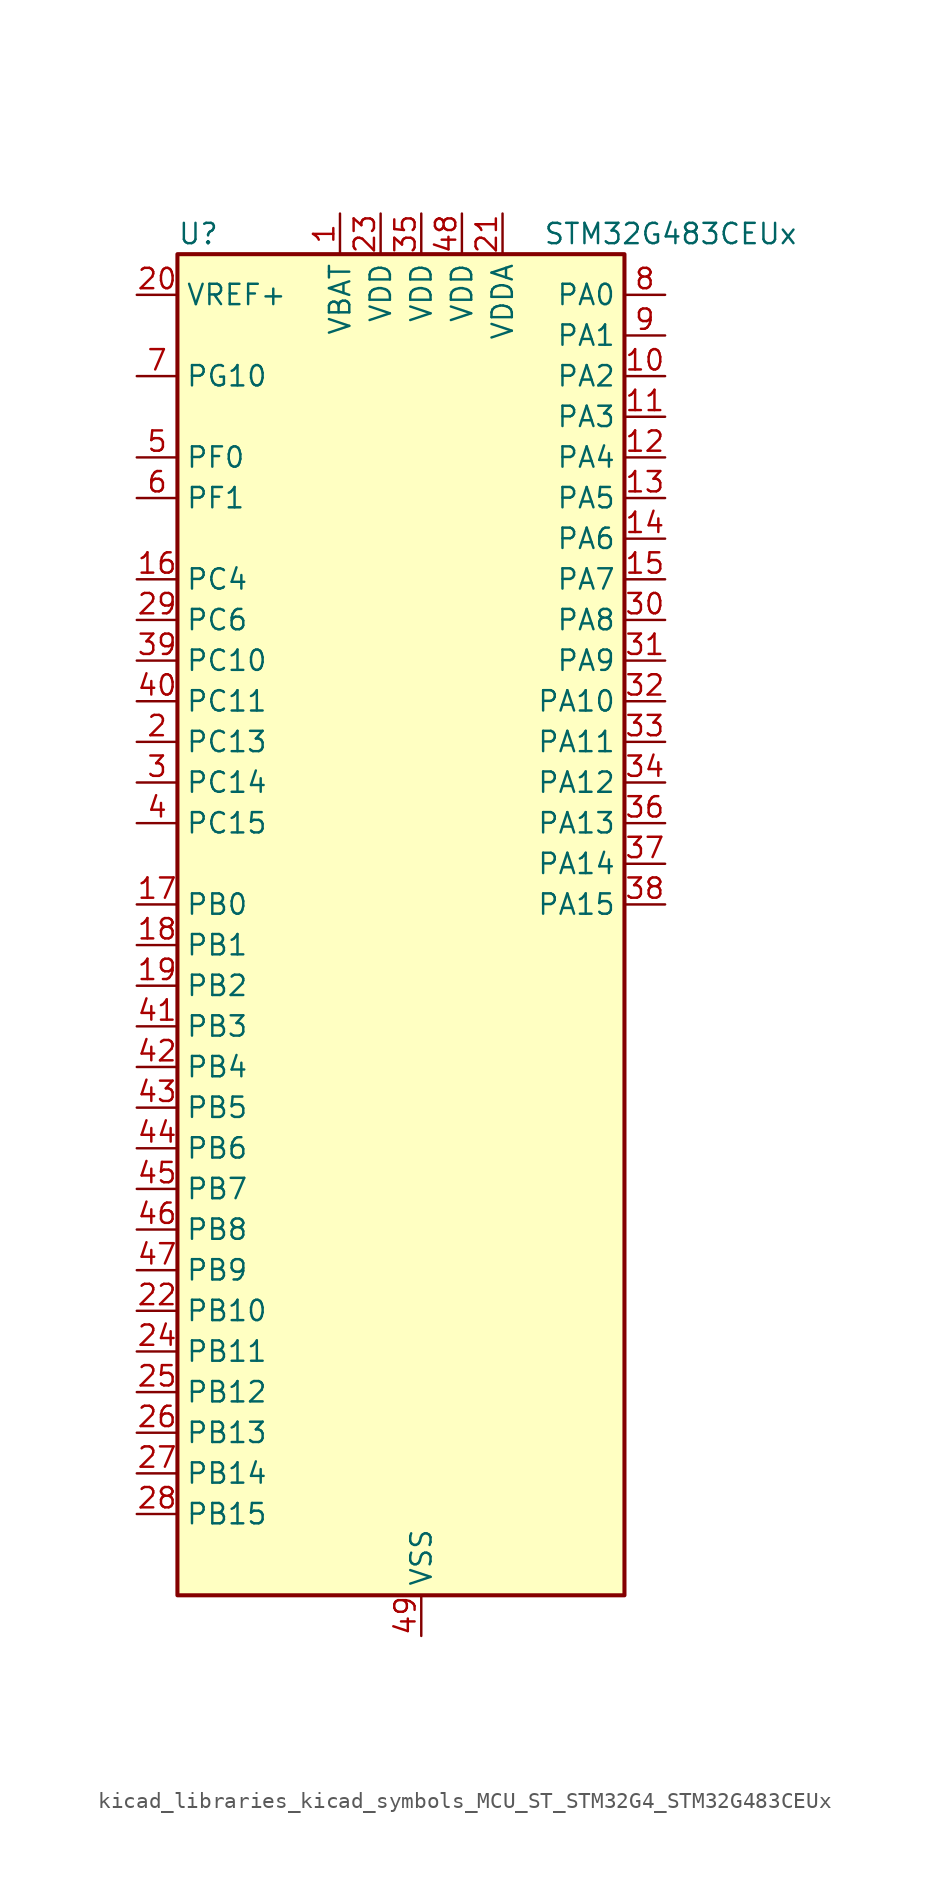
<source format=kicad_sym>
(kicad_symbol_lib
  (version 20220914)
  (generator kicad_symbol_editor)
  (symbol "kicad_libraries_kicad_symbols_MCU_ST_STM32G4_STM32G483CEUx"
    (property "Reference" "U"
      (at -12.7 44.45 0)
      (effects (font (size 1.27 1.27)) (justify left)))
    (property "Value" "STM32G483CEUx"
      (at 10.16 44.45 0)
      (effects (font (size 1.27 1.27)) (justify left)))
    (property "ki_locked" ""
      (at 0 0 0)
      (effects (font (size 1.27 1.27))))
    (symbol "kicad_libraries_kicad_symbols_MCU_ST_STM32G4_STM32G483CEUx_0_1"
      (rectangle (start -12.7 -40.64) (end 15.24 43.18) (stroke (width 0.254) (type default)) (fill (type background))))
    (symbol "kicad_libraries_kicad_symbols_MCU_ST_STM32G4_STM32G483CEUx_1_1"
      (pin power_in line (at -2.54 45.72 270) (length 2.54) (name "VBAT" (effects (font (size 1.27 1.27)))) (number "1" (effects (font (size 1.27 1.27)))))
      (pin bidirectional line (at 17.78 35.56 180) (length 2.54) (name "PA2" (effects (font (size 1.27 1.27)))) (number "10" (effects (font (size 1.27 1.27)))) (alternate "ADC1_IN3" bidirectional line) (alternate "ADC3_EXTI2" bidirectional line) (alternate "ADC4_EXTI2" bidirectional line) (alternate "ADC5_EXTI2" bidirectional line) (alternate "COMP2_INM" bidirectional line) (alternate "COMP2_OUT" bidirectional line) (alternate "LPUART1_TX" bidirectional line) (alternate "OPAMP1_VOUT" bidirectional line) (alternate "QUADSPI1_BK1_NCS" bidirectional line) (alternate "RCC_LSCO" bidirectional line) (alternate "SYS_WKUP4" bidirectional line) (alternate "TIM15_CH1" bidirectional line) (alternate "TIM2_CH3" bidirectional line) (alternate "TIM5_CH3" bidirectional line) (alternate "UCPD1_FRSTX1" bidirectional line) (alternate "UCPD1_FRSTX2" bidirectional line) (alternate "USART2_TX" bidirectional line))
      (pin bidirectional line (at 17.78 33.02 180) (length 2.54) (name "PA3" (effects (font (size 1.27 1.27)))) (number "11" (effects (font (size 1.27 1.27)))) (alternate "ADC1_IN4" bidirectional line) (alternate "ADC3_EXTI3" bidirectional line) (alternate "ADC4_EXTI3" bidirectional line) (alternate "ADC5_EXTI3" bidirectional line) (alternate "COMP2_INP" bidirectional line) (alternate "LPUART1_RX" bidirectional line) (alternate "OPAMP1_VINM" bidirectional line) (alternate "OPAMP1_VINM0" bidirectional line) (alternate "OPAMP1_VINM_SEC" bidirectional line) (alternate "OPAMP1_VINP" bidirectional line) (alternate "OPAMP1_VINP_SEC" bidirectional line) (alternate "OPAMP5_VINM" bidirectional line) (alternate "OPAMP5_VINM1" bidirectional line) (alternate "OPAMP5_VINM_SEC" bidirectional line) (alternate "QUADSPI1_CLK" bidirectional line) (alternate "SAI1_CK1" bidirectional line) (alternate "SAI1_MCLK_A" bidirectional line) (alternate "TIM15_CH2" bidirectional line) (alternate "TIM2_CH4" bidirectional line) (alternate "TIM5_CH4" bidirectional line) (alternate "USART2_RX" bidirectional line))
      (pin bidirectional line (at 17.78 30.48 180) (length 2.54) (name "PA4" (effects (font (size 1.27 1.27)))) (number "12" (effects (font (size 1.27 1.27)))) (alternate "ADC2_IN17" bidirectional line) (alternate "COMP1_INM" bidirectional line) (alternate "DAC1_OUT1" bidirectional line) (alternate "I2S3_WS" bidirectional line) (alternate "SAI1_FS_B" bidirectional line) (alternate "SPI1_NSS" bidirectional line) (alternate "SPI3_NSS" bidirectional line) (alternate "TIM3_CH2" bidirectional line) (alternate "USART2_CK" bidirectional line))
      (pin bidirectional line (at 17.78 27.94 180) (length 2.54) (name "PA5" (effects (font (size 1.27 1.27)))) (number "13" (effects (font (size 1.27 1.27)))) (alternate "ADC2_IN13" bidirectional line) (alternate "COMP2_INM" bidirectional line) (alternate "DAC1_OUT2" bidirectional line) (alternate "OPAMP2_VINM" bidirectional line) (alternate "OPAMP2_VINM0" bidirectional line) (alternate "OPAMP2_VINM_SEC" bidirectional line) (alternate "SPI1_SCK" bidirectional line) (alternate "TIM2_CH1" bidirectional line) (alternate "TIM2_ETR" bidirectional line) (alternate "UCPD1_FRSTX1" bidirectional line) (alternate "UCPD1_FRSTX2" bidirectional line))
      (pin bidirectional line (at 17.78 25.4 180) (length 2.54) (name "PA6" (effects (font (size 1.27 1.27)))) (number "14" (effects (font (size 1.27 1.27)))) (alternate "ADC2_IN3" bidirectional line) (alternate "COMP1_OUT" bidirectional line) (alternate "DAC2_OUT1" bidirectional line) (alternate "LPUART1_CTS" bidirectional line) (alternate "OPAMP2_VOUT" bidirectional line) (alternate "QUADSPI1_BK1_IO3" bidirectional line) (alternate "SPI1_MISO" bidirectional line) (alternate "TIM16_CH1" bidirectional line) (alternate "TIM1_BKIN" bidirectional line) (alternate "TIM3_CH1" bidirectional line) (alternate "TIM8_BKIN" bidirectional line))
      (pin bidirectional line (at 17.78 22.86 180) (length 2.54) (name "PA7" (effects (font (size 1.27 1.27)))) (number "15" (effects (font (size 1.27 1.27)))) (alternate "ADC2_IN4" bidirectional line) (alternate "COMP2_INP" bidirectional line) (alternate "COMP2_OUT" bidirectional line) (alternate "OPAMP1_VINP" bidirectional line) (alternate "OPAMP1_VINP_SEC" bidirectional line) (alternate "OPAMP2_VINP" bidirectional line) (alternate "OPAMP2_VINP_SEC" bidirectional line) (alternate "QUADSPI1_BK1_IO2" bidirectional line) (alternate "SPI1_MOSI" bidirectional line) (alternate "TIM17_CH1" bidirectional line) (alternate "TIM1_CH1N" bidirectional line) (alternate "TIM3_CH2" bidirectional line) (alternate "TIM8_CH1N" bidirectional line) (alternate "UCPD1_FRSTX1" bidirectional line) (alternate "UCPD1_FRSTX2" bidirectional line))
      (pin bidirectional line (at -15.24 22.86 0) (length 2.54) (name "PC4" (effects (font (size 1.27 1.27)))) (number "16" (effects (font (size 1.27 1.27)))) (alternate "ADC2_IN5" bidirectional line) (alternate "I2C2_SCL" bidirectional line) (alternate "QUADSPI1_BK2_IO3" bidirectional line) (alternate "TIM1_ETR" bidirectional line) (alternate "USART1_TX" bidirectional line))
      (pin bidirectional line (at -15.24 2.54 0) (length 2.54) (name "PB0" (effects (font (size 1.27 1.27)))) (number "17" (effects (font (size 1.27 1.27)))) (alternate "ADC1_IN15" bidirectional line) (alternate "ADC3_IN12" bidirectional line) (alternate "COMP4_INP" bidirectional line) (alternate "OPAMP2_VINP" bidirectional line) (alternate "OPAMP2_VINP_SEC" bidirectional line) (alternate "OPAMP3_VINP" bidirectional line) (alternate "OPAMP3_VINP_SEC" bidirectional line) (alternate "QUADSPI1_BK1_IO1" bidirectional line) (alternate "TIM1_CH2N" bidirectional line) (alternate "TIM3_CH3" bidirectional line) (alternate "TIM8_CH2N" bidirectional line) (alternate "UCPD1_FRSTX1" bidirectional line) (alternate "UCPD1_FRSTX2" bidirectional line))
      (pin bidirectional line (at -15.24 0 0) (length 2.54) (name "PB1" (effects (font (size 1.27 1.27)))) (number "18" (effects (font (size 1.27 1.27)))) (alternate "ADC1_IN12" bidirectional line) (alternate "ADC3_IN1" bidirectional line) (alternate "COMP1_INP" bidirectional line) (alternate "COMP4_OUT" bidirectional line) (alternate "LPUART1_DE" bidirectional line) (alternate "LPUART1_RTS" bidirectional line) (alternate "OPAMP3_VOUT" bidirectional line) (alternate "OPAMP6_VINM" bidirectional line) (alternate "OPAMP6_VINM1" bidirectional line) (alternate "OPAMP6_VINM_SEC" bidirectional line) (alternate "QUADSPI1_BK1_IO0" bidirectional line) (alternate "TIM1_CH3N" bidirectional line) (alternate "TIM3_CH4" bidirectional line) (alternate "TIM8_CH3N" bidirectional line))
      (pin bidirectional line (at -15.24 -2.54 0) (length 2.54) (name "PB2" (effects (font (size 1.27 1.27)))) (number "19" (effects (font (size 1.27 1.27)))) (alternate "ADC2_IN12" bidirectional line) (alternate "ADC3_EXTI2" bidirectional line) (alternate "ADC4_EXTI2" bidirectional line) (alternate "ADC5_EXTI2" bidirectional line) (alternate "COMP4_INM" bidirectional line) (alternate "I2C3_SMBA" bidirectional line) (alternate "LPTIM1_OUT" bidirectional line) (alternate "OPAMP3_VINM" bidirectional line) (alternate "OPAMP3_VINM0" bidirectional line) (alternate "OPAMP3_VINM_SEC" bidirectional line) (alternate "QUADSPI1_BK2_IO1" bidirectional line) (alternate "RTC_OUT2" bidirectional line) (alternate "TIM20_CH1" bidirectional line) (alternate "TIM5_CH1" bidirectional line))
      (pin bidirectional line (at -15.24 12.7 0) (length 2.54) (name "PC13" (effects (font (size 1.27 1.27)))) (number "2" (effects (font (size 1.27 1.27)))) (alternate "RTC_OUT1" bidirectional line) (alternate "RTC_TAMP1" bidirectional line) (alternate "RTC_TS" bidirectional line) (alternate "SYS_WKUP2" bidirectional line) (alternate "TIM1_BKIN" bidirectional line) (alternate "TIM1_CH1N" bidirectional line) (alternate "TIM8_CH4N" bidirectional line))
      (pin input line (at -15.24 40.64 0) (length 2.54) (name "VREF+" (effects (font (size 1.27 1.27)))) (number "20" (effects (font (size 1.27 1.27)))) (alternate "VREFBUF_OUT" bidirectional line))
      (pin power_in line (at 7.62 45.72 270) (length 2.54) (name "VDDA" (effects (font (size 1.27 1.27)))) (number "21" (effects (font (size 1.27 1.27)))))
      (pin bidirectional line (at -15.24 -22.86 0) (length 2.54) (name "PB10" (effects (font (size 1.27 1.27)))) (number "22" (effects (font (size 1.27 1.27)))) (alternate "COMP5_INM" bidirectional line) (alternate "DAC1_EXTI10" bidirectional line) (alternate "DAC2_EXTI10" bidirectional line) (alternate "DAC3_EXTI10" bidirectional line) (alternate "DAC4_EXTI10" bidirectional line) (alternate "LPUART1_RX" bidirectional line) (alternate "OPAMP3_VINM" bidirectional line) (alternate "OPAMP3_VINM1" bidirectional line) (alternate "OPAMP3_VINM_SEC" bidirectional line) (alternate "OPAMP4_VINM" bidirectional line) (alternate "OPAMP4_VINM0" bidirectional line) (alternate "OPAMP4_VINM_SEC" bidirectional line) (alternate "QUADSPI1_CLK" bidirectional line) (alternate "SAI1_SCK_A" bidirectional line) (alternate "TIM1_BKIN" bidirectional line) (alternate "TIM2_CH3" bidirectional line) (alternate "USART3_TX" bidirectional line))
      (pin power_in line (at 0 45.72 270) (length 2.54) (name "VDD" (effects (font (size 1.27 1.27)))) (number "23" (effects (font (size 1.27 1.27)))))
      (pin bidirectional line (at -15.24 -25.4 0) (length 2.54) (name "PB11" (effects (font (size 1.27 1.27)))) (number "24" (effects (font (size 1.27 1.27)))) (alternate "ADC1_EXTI11" bidirectional line) (alternate "ADC1_IN14" bidirectional line) (alternate "ADC2_EXTI11" bidirectional line) (alternate "ADC2_IN14" bidirectional line) (alternate "COMP6_INP" bidirectional line) (alternate "LPUART1_TX" bidirectional line) (alternate "OPAMP4_VINP" bidirectional line) (alternate "OPAMP4_VINP_SEC" bidirectional line) (alternate "OPAMP6_VOUT" bidirectional line) (alternate "QUADSPI1_BK1_NCS" bidirectional line) (alternate "TIM2_CH4" bidirectional line) (alternate "USART3_RX" bidirectional line))
      (pin bidirectional line (at -15.24 -27.94 0) (length 2.54) (name "PB12" (effects (font (size 1.27 1.27)))) (number "25" (effects (font (size 1.27 1.27)))) (alternate "ADC1_IN11" bidirectional line) (alternate "ADC4_IN3" bidirectional line) (alternate "COMP7_INM" bidirectional line) (alternate "FDCAN2_RX" bidirectional line) (alternate "I2C2_SMBA" bidirectional line) (alternate "I2S2_WS" bidirectional line) (alternate "LPUART1_DE" bidirectional line) (alternate "LPUART1_RTS" bidirectional line) (alternate "OPAMP4_VOUT" bidirectional line) (alternate "OPAMP6_VINP" bidirectional line) (alternate "OPAMP6_VINP_SEC" bidirectional line) (alternate "SPI2_NSS" bidirectional line) (alternate "TIM1_BKIN" bidirectional line) (alternate "TIM5_ETR" bidirectional line) (alternate "USART3_CK" bidirectional line))
      (pin bidirectional line (at -15.24 -30.48 0) (length 2.54) (name "PB13" (effects (font (size 1.27 1.27)))) (number "26" (effects (font (size 1.27 1.27)))) (alternate "ADC3_IN5" bidirectional line) (alternate "COMP5_INP" bidirectional line) (alternate "FDCAN2_TX" bidirectional line) (alternate "I2S2_CK" bidirectional line) (alternate "LPUART1_CTS" bidirectional line) (alternate "OPAMP3_VINP" bidirectional line) (alternate "OPAMP3_VINP_SEC" bidirectional line) (alternate "OPAMP4_VINP" bidirectional line) (alternate "OPAMP4_VINP_SEC" bidirectional line) (alternate "OPAMP6_VINP" bidirectional line) (alternate "OPAMP6_VINP_SEC" bidirectional line) (alternate "SPI2_SCK" bidirectional line) (alternate "TIM1_CH1N" bidirectional line) (alternate "USART3_CTS" bidirectional line) (alternate "USART3_NSS" bidirectional line))
      (pin bidirectional line (at -15.24 -33.02 0) (length 2.54) (name "PB14" (effects (font (size 1.27 1.27)))) (number "27" (effects (font (size 1.27 1.27)))) (alternate "ADC1_IN5" bidirectional line) (alternate "ADC4_IN4" bidirectional line) (alternate "COMP4_OUT" bidirectional line) (alternate "COMP7_INP" bidirectional line) (alternate "OPAMP2_VINP" bidirectional line) (alternate "OPAMP2_VINP_SEC" bidirectional line) (alternate "OPAMP5_VINP" bidirectional line) (alternate "OPAMP5_VINP_SEC" bidirectional line) (alternate "SPI2_MISO" bidirectional line) (alternate "TIM15_CH1" bidirectional line) (alternate "TIM1_CH2N" bidirectional line) (alternate "USART3_DE" bidirectional line) (alternate "USART3_RTS" bidirectional line))
      (pin bidirectional line (at -15.24 -35.56 0) (length 2.54) (name "PB15" (effects (font (size 1.27 1.27)))) (number "28" (effects (font (size 1.27 1.27)))) (alternate "ADC1_EXTI15" bidirectional line) (alternate "ADC2_EXTI15" bidirectional line) (alternate "ADC2_IN15" bidirectional line) (alternate "ADC4_IN5" bidirectional line) (alternate "COMP3_OUT" bidirectional line) (alternate "COMP6_INM" bidirectional line) (alternate "I2S2_SD" bidirectional line) (alternate "OPAMP5_VINM" bidirectional line) (alternate "OPAMP5_VINM0" bidirectional line) (alternate "OPAMP5_VINM_SEC" bidirectional line) (alternate "RTC_REFIN" bidirectional line) (alternate "SPI2_MOSI" bidirectional line) (alternate "TIM15_CH1N" bidirectional line) (alternate "TIM15_CH2" bidirectional line) (alternate "TIM1_CH3N" bidirectional line))
      (pin bidirectional line (at -15.24 20.32 0) (length 2.54) (name "PC6" (effects (font (size 1.27 1.27)))) (number "29" (effects (font (size 1.27 1.27)))) (alternate "COMP6_OUT" bidirectional line) (alternate "I2C4_SCL" bidirectional line) (alternate "I2S2_MCK" bidirectional line) (alternate "TIM3_CH1" bidirectional line) (alternate "TIM8_CH1" bidirectional line))
      (pin bidirectional line (at -15.24 10.16 0) (length 2.54) (name "PC14" (effects (font (size 1.27 1.27)))) (number "3" (effects (font (size 1.27 1.27)))) (alternate "RCC_OSC32_IN" bidirectional line))
      (pin bidirectional line (at 17.78 20.32 180) (length 2.54) (name "PA8" (effects (font (size 1.27 1.27)))) (number "30" (effects (font (size 1.27 1.27)))) (alternate "ADC5_IN1" bidirectional line) (alternate "COMP7_OUT" bidirectional line) (alternate "FDCAN3_RX" bidirectional line) (alternate "I2C2_SDA" bidirectional line) (alternate "I2C3_SCL" bidirectional line) (alternate "I2S2_MCK" bidirectional line) (alternate "OPAMP5_VOUT" bidirectional line) (alternate "RCC_MCO" bidirectional line) (alternate "SAI1_CK2" bidirectional line) (alternate "SAI1_SCK_A" bidirectional line) (alternate "TIM1_CH1" bidirectional line) (alternate "TIM4_ETR" bidirectional line) (alternate "USART1_CK" bidirectional line))
      (pin bidirectional line (at 17.78 17.78 180) (length 2.54) (name "PA9" (effects (font (size 1.27 1.27)))) (number "31" (effects (font (size 1.27 1.27)))) (alternate "ADC5_IN2" bidirectional line) (alternate "COMP5_OUT" bidirectional line) (alternate "DAC1_EXTI9" bidirectional line) (alternate "DAC2_EXTI9" bidirectional line) (alternate "DAC3_EXTI9" bidirectional line) (alternate "DAC4_EXTI9" bidirectional line) (alternate "I2C2_SCL" bidirectional line) (alternate "I2C3_SMBA" bidirectional line) (alternate "I2S3_MCK" bidirectional line) (alternate "SAI1_FS_A" bidirectional line) (alternate "TIM15_BKIN" bidirectional line) (alternate "TIM1_CH2" bidirectional line) (alternate "TIM2_CH3" bidirectional line) (alternate "UCPD1_DBCC1" bidirectional line) (alternate "USART1_TX" bidirectional line))
      (pin bidirectional line (at 17.78 15.24 180) (length 2.54) (name "PA10" (effects (font (size 1.27 1.27)))) (number "32" (effects (font (size 1.27 1.27)))) (alternate "COMP6_OUT" bidirectional line) (alternate "CRS_SYNC" bidirectional line) (alternate "DAC1_EXTI10" bidirectional line) (alternate "DAC2_EXTI10" bidirectional line) (alternate "DAC3_EXTI10" bidirectional line) (alternate "DAC4_EXTI10" bidirectional line) (alternate "I2C2_SMBA" bidirectional line) (alternate "SAI1_D1" bidirectional line) (alternate "SAI1_SD_A" bidirectional line) (alternate "SPI2_MISO" bidirectional line) (alternate "TIM17_BKIN" bidirectional line) (alternate "TIM1_CH3" bidirectional line) (alternate "TIM2_CH4" bidirectional line) (alternate "TIM8_BKIN" bidirectional line) (alternate "UCPD1_DBCC2" bidirectional line) (alternate "USART1_RX" bidirectional line))
      (pin bidirectional line (at 17.78 12.7 180) (length 2.54) (name "PA11" (effects (font (size 1.27 1.27)))) (number "33" (effects (font (size 1.27 1.27)))) (alternate "ADC1_EXTI11" bidirectional line) (alternate "ADC2_EXTI11" bidirectional line) (alternate "COMP1_OUT" bidirectional line) (alternate "FDCAN1_RX" bidirectional line) (alternate "I2S2_SD" bidirectional line) (alternate "SPI2_MOSI" bidirectional line) (alternate "TIM1_BKIN2" bidirectional line) (alternate "TIM1_CH1N" bidirectional line) (alternate "TIM1_CH4" bidirectional line) (alternate "TIM4_CH1" bidirectional line) (alternate "USART1_CTS" bidirectional line) (alternate "USART1_NSS" bidirectional line) (alternate "USB_DM" bidirectional line))
      (pin bidirectional line (at 17.78 10.16 180) (length 2.54) (name "PA12" (effects (font (size 1.27 1.27)))) (number "34" (effects (font (size 1.27 1.27)))) (alternate "COMP2_OUT" bidirectional line) (alternate "FDCAN1_TX" bidirectional line) (alternate "I2S_CKIN" bidirectional line) (alternate "TIM16_CH1" bidirectional line) (alternate "TIM1_CH2N" bidirectional line) (alternate "TIM1_ETR" bidirectional line) (alternate "TIM4_CH2" bidirectional line) (alternate "USART1_DE" bidirectional line) (alternate "USART1_RTS" bidirectional line) (alternate "USB_DP" bidirectional line))
      (pin power_in line (at 2.54 45.72 270) (length 2.54) (name "VDD" (effects (font (size 1.27 1.27)))) (number "35" (effects (font (size 1.27 1.27)))))
      (pin bidirectional line (at 17.78 7.62 180) (length 2.54) (name "PA13" (effects (font (size 1.27 1.27)))) (number "36" (effects (font (size 1.27 1.27)))) (alternate "I2C1_SCL" bidirectional line) (alternate "I2C4_SCL" bidirectional line) (alternate "IR_OUT" bidirectional line) (alternate "SAI1_SD_B" bidirectional line) (alternate "SYS_JTMS-SWDIO" bidirectional line) (alternate "TIM16_CH1N" bidirectional line) (alternate "TIM4_CH3" bidirectional line) (alternate "USART3_CTS" bidirectional line) (alternate "USART3_NSS" bidirectional line))
      (pin bidirectional line (at 17.78 5.08 180) (length 2.54) (name "PA14" (effects (font (size 1.27 1.27)))) (number "37" (effects (font (size 1.27 1.27)))) (alternate "I2C1_SDA" bidirectional line) (alternate "I2C4_SMBA" bidirectional line) (alternate "LPTIM1_OUT" bidirectional line) (alternate "SAI1_FS_B" bidirectional line) (alternate "SYS_JTCK-SWCLK" bidirectional line) (alternate "TIM1_BKIN" bidirectional line) (alternate "TIM8_CH2" bidirectional line) (alternate "USART2_TX" bidirectional line))
      (pin bidirectional line (at 17.78 2.54 180) (length 2.54) (name "PA15" (effects (font (size 1.27 1.27)))) (number "38" (effects (font (size 1.27 1.27)))) (alternate "ADC1_EXTI15" bidirectional line) (alternate "ADC2_EXTI15" bidirectional line) (alternate "FDCAN3_TX" bidirectional line) (alternate "I2C1_SCL" bidirectional line) (alternate "I2S3_WS" bidirectional line) (alternate "SPI1_NSS" bidirectional line) (alternate "SPI3_NSS" bidirectional line) (alternate "SYS_JTDI" bidirectional line) (alternate "TIM1_BKIN" bidirectional line) (alternate "TIM2_CH1" bidirectional line) (alternate "TIM2_ETR" bidirectional line) (alternate "TIM8_CH1" bidirectional line) (alternate "UART4_DE" bidirectional line) (alternate "UART4_RTS" bidirectional line) (alternate "USART2_RX" bidirectional line))
      (pin bidirectional line (at -15.24 17.78 0) (length 2.54) (name "PC10" (effects (font (size 1.27 1.27)))) (number "39" (effects (font (size 1.27 1.27)))) (alternate "DAC1_EXTI10" bidirectional line) (alternate "DAC2_EXTI10" bidirectional line) (alternate "DAC3_EXTI10" bidirectional line) (alternate "DAC4_EXTI10" bidirectional line) (alternate "I2S3_CK" bidirectional line) (alternate "SPI3_SCK" bidirectional line) (alternate "TIM8_CH1N" bidirectional line) (alternate "UART4_TX" bidirectional line) (alternate "USART3_TX" bidirectional line))
      (pin bidirectional line (at -15.24 7.62 0) (length 2.54) (name "PC15" (effects (font (size 1.27 1.27)))) (number "4" (effects (font (size 1.27 1.27)))) (alternate "ADC1_EXTI15" bidirectional line) (alternate "ADC2_EXTI15" bidirectional line) (alternate "RCC_OSC32_OUT" bidirectional line))
      (pin bidirectional line (at -15.24 15.24 0) (length 2.54) (name "PC11" (effects (font (size 1.27 1.27)))) (number "40" (effects (font (size 1.27 1.27)))) (alternate "ADC1_EXTI11" bidirectional line) (alternate "ADC2_EXTI11" bidirectional line) (alternate "I2C3_SDA" bidirectional line) (alternate "SPI3_MISO" bidirectional line) (alternate "TIM8_CH2N" bidirectional line) (alternate "UART4_RX" bidirectional line) (alternate "USART3_RX" bidirectional line))
      (pin bidirectional line (at -15.24 -5.08 0) (length 2.54) (name "PB3" (effects (font (size 1.27 1.27)))) (number "41" (effects (font (size 1.27 1.27)))) (alternate "ADC3_EXTI3" bidirectional line) (alternate "ADC4_EXTI3" bidirectional line) (alternate "ADC5_EXTI3" bidirectional line) (alternate "CRS_SYNC" bidirectional line) (alternate "FDCAN3_RX" bidirectional line) (alternate "I2S3_CK" bidirectional line) (alternate "SAI1_SCK_B" bidirectional line) (alternate "SPI1_SCK" bidirectional line) (alternate "SPI3_SCK" bidirectional line) (alternate "SYS_JTDO-SWO" bidirectional line) (alternate "TIM2_CH2" bidirectional line) (alternate "TIM3_ETR" bidirectional line) (alternate "TIM4_ETR" bidirectional line) (alternate "TIM8_CH1N" bidirectional line) (alternate "USART2_TX" bidirectional line))
      (pin bidirectional line (at -15.24 -7.62 0) (length 2.54) (name "PB4" (effects (font (size 1.27 1.27)))) (number "42" (effects (font (size 1.27 1.27)))) (alternate "FDCAN3_TX" bidirectional line) (alternate "SAI1_MCLK_B" bidirectional line) (alternate "SPI1_MISO" bidirectional line) (alternate "SPI3_MISO" bidirectional line) (alternate "SYS_JTRST" bidirectional line) (alternate "TIM16_CH1" bidirectional line) (alternate "TIM17_BKIN" bidirectional line) (alternate "TIM3_CH1" bidirectional line) (alternate "TIM8_CH2N" bidirectional line) (alternate "UCPD1_CC2" bidirectional line) (alternate "USART2_RX" bidirectional line))
      (pin bidirectional line (at -15.24 -10.16 0) (length 2.54) (name "PB5" (effects (font (size 1.27 1.27)))) (number "43" (effects (font (size 1.27 1.27)))) (alternate "FDCAN2_RX" bidirectional line) (alternate "I2C1_SMBA" bidirectional line) (alternate "I2C3_SDA" bidirectional line) (alternate "I2S3_SD" bidirectional line) (alternate "LPTIM1_IN1" bidirectional line) (alternate "SAI1_SD_B" bidirectional line) (alternate "SPI1_MOSI" bidirectional line) (alternate "SPI3_MOSI" bidirectional line) (alternate "TIM16_BKIN" bidirectional line) (alternate "TIM17_CH1" bidirectional line) (alternate "TIM3_CH2" bidirectional line) (alternate "TIM8_CH3N" bidirectional line) (alternate "USART2_CK" bidirectional line))
      (pin bidirectional line (at -15.24 -12.7 0) (length 2.54) (name "PB6" (effects (font (size 1.27 1.27)))) (number "44" (effects (font (size 1.27 1.27)))) (alternate "COMP4_OUT" bidirectional line) (alternate "FDCAN2_TX" bidirectional line) (alternate "LPTIM1_ETR" bidirectional line) (alternate "SAI1_FS_B" bidirectional line) (alternate "TIM16_CH1N" bidirectional line) (alternate "TIM4_CH1" bidirectional line) (alternate "TIM8_BKIN2" bidirectional line) (alternate "TIM8_CH1" bidirectional line) (alternate "TIM8_ETR" bidirectional line) (alternate "UCPD1_CC1" bidirectional line) (alternate "USART1_TX" bidirectional line))
      (pin bidirectional line (at -15.24 -15.24 0) (length 2.54) (name "PB7" (effects (font (size 1.27 1.27)))) (number "45" (effects (font (size 1.27 1.27)))) (alternate "COMP3_OUT" bidirectional line) (alternate "I2C1_SDA" bidirectional line) (alternate "I2C4_SDA" bidirectional line) (alternate "LPTIM1_IN2" bidirectional line) (alternate "SYS_PVD_IN" bidirectional line) (alternate "TIM17_CH1N" bidirectional line) (alternate "TIM3_CH4" bidirectional line) (alternate "TIM4_CH2" bidirectional line) (alternate "TIM8_BKIN" bidirectional line) (alternate "UART4_CTS" bidirectional line) (alternate "USART1_RX" bidirectional line))
      (pin bidirectional line (at -15.24 -17.78 0) (length 2.54) (name "PB8" (effects (font (size 1.27 1.27)))) (number "46" (effects (font (size 1.27 1.27)))) (alternate "COMP1_OUT" bidirectional line) (alternate "FDCAN1_RX" bidirectional line) (alternate "I2C1_SCL" bidirectional line) (alternate "SAI1_CK1" bidirectional line) (alternate "SAI1_MCLK_A" bidirectional line) (alternate "TIM16_CH1" bidirectional line) (alternate "TIM1_BKIN" bidirectional line) (alternate "TIM4_CH3" bidirectional line) (alternate "TIM8_CH2" bidirectional line) (alternate "USART3_RX" bidirectional line))
      (pin bidirectional line (at -15.24 -20.32 0) (length 2.54) (name "PB9" (effects (font (size 1.27 1.27)))) (number "47" (effects (font (size 1.27 1.27)))) (alternate "COMP2_OUT" bidirectional line) (alternate "DAC1_EXTI9" bidirectional line) (alternate "DAC2_EXTI9" bidirectional line) (alternate "DAC3_EXTI9" bidirectional line) (alternate "DAC4_EXTI9" bidirectional line) (alternate "FDCAN1_TX" bidirectional line) (alternate "I2C1_SDA" bidirectional line) (alternate "IR_OUT" bidirectional line) (alternate "SAI1_D2" bidirectional line) (alternate "SAI1_FS_A" bidirectional line) (alternate "TIM17_CH1" bidirectional line) (alternate "TIM1_CH3N" bidirectional line) (alternate "TIM4_CH4" bidirectional line) (alternate "TIM8_CH3" bidirectional line) (alternate "USART3_TX" bidirectional line))
      (pin power_in line (at 5.08 45.72 270) (length 2.54) (name "VDD" (effects (font (size 1.27 1.27)))) (number "48" (effects (font (size 1.27 1.27)))))
      (pin power_in line (at 2.54 -43.18 90) (length 2.54) (name "VSS" (effects (font (size 1.27 1.27)))) (number "49" (effects (font (size 1.27 1.27)))))
      (pin bidirectional line (at -15.24 30.48 0) (length 2.54) (name "PF0" (effects (font (size 1.27 1.27)))) (number "5" (effects (font (size 1.27 1.27)))) (alternate "ADC1_IN10" bidirectional line) (alternate "I2C2_SDA" bidirectional line) (alternate "I2S2_WS" bidirectional line) (alternate "RCC_OSC_IN" bidirectional line) (alternate "SPI2_NSS" bidirectional line) (alternate "TIM1_CH3N" bidirectional line))
      (pin bidirectional line (at -15.24 27.94 0) (length 2.54) (name "PF1" (effects (font (size 1.27 1.27)))) (number "6" (effects (font (size 1.27 1.27)))) (alternate "ADC2_IN10" bidirectional line) (alternate "COMP3_INM" bidirectional line) (alternate "I2S2_CK" bidirectional line) (alternate "RCC_OSC_OUT" bidirectional line) (alternate "SPI2_SCK" bidirectional line))
      (pin bidirectional line (at -15.24 35.56 0) (length 2.54) (name "PG10" (effects (font (size 1.27 1.27)))) (number "7" (effects (font (size 1.27 1.27)))) (alternate "DAC1_EXTI10" bidirectional line) (alternate "DAC2_EXTI10" bidirectional line) (alternate "DAC3_EXTI10" bidirectional line) (alternate "DAC4_EXTI10" bidirectional line) (alternate "RCC_MCO" bidirectional line))
      (pin bidirectional line (at 17.78 40.64 180) (length 2.54) (name "PA0" (effects (font (size 1.27 1.27)))) (number "8" (effects (font (size 1.27 1.27)))) (alternate "ADC1_IN1" bidirectional line) (alternate "ADC2_IN1" bidirectional line) (alternate "COMP1_INM" bidirectional line) (alternate "COMP1_OUT" bidirectional line) (alternate "COMP3_INP" bidirectional line) (alternate "RTC_TAMP2" bidirectional line) (alternate "SYS_WKUP1" bidirectional line) (alternate "TIM2_CH1" bidirectional line) (alternate "TIM2_ETR" bidirectional line) (alternate "TIM5_CH1" bidirectional line) (alternate "TIM8_BKIN" bidirectional line) (alternate "TIM8_ETR" bidirectional line) (alternate "USART2_CTS" bidirectional line) (alternate "USART2_NSS" bidirectional line))
      (pin bidirectional line (at 17.78 38.1 180) (length 2.54) (name "PA1" (effects (font (size 1.27 1.27)))) (number "9" (effects (font (size 1.27 1.27)))) (alternate "ADC1_IN2" bidirectional line) (alternate "ADC2_IN2" bidirectional line) (alternate "COMP1_INP" bidirectional line) (alternate "OPAMP1_VINP" bidirectional line) (alternate "OPAMP1_VINP_SEC" bidirectional line) (alternate "OPAMP3_VINP" bidirectional line) (alternate "OPAMP3_VINP_SEC" bidirectional line) (alternate "OPAMP6_VINM" bidirectional line) (alternate "OPAMP6_VINM0" bidirectional line) (alternate "OPAMP6_VINM_SEC" bidirectional line) (alternate "RTC_REFIN" bidirectional line) (alternate "TIM15_CH1N" bidirectional line) (alternate "TIM2_CH2" bidirectional line) (alternate "TIM5_CH2" bidirectional line) (alternate "USART2_DE" bidirectional line) (alternate "USART2_RTS" bidirectional line)))))
</source>
